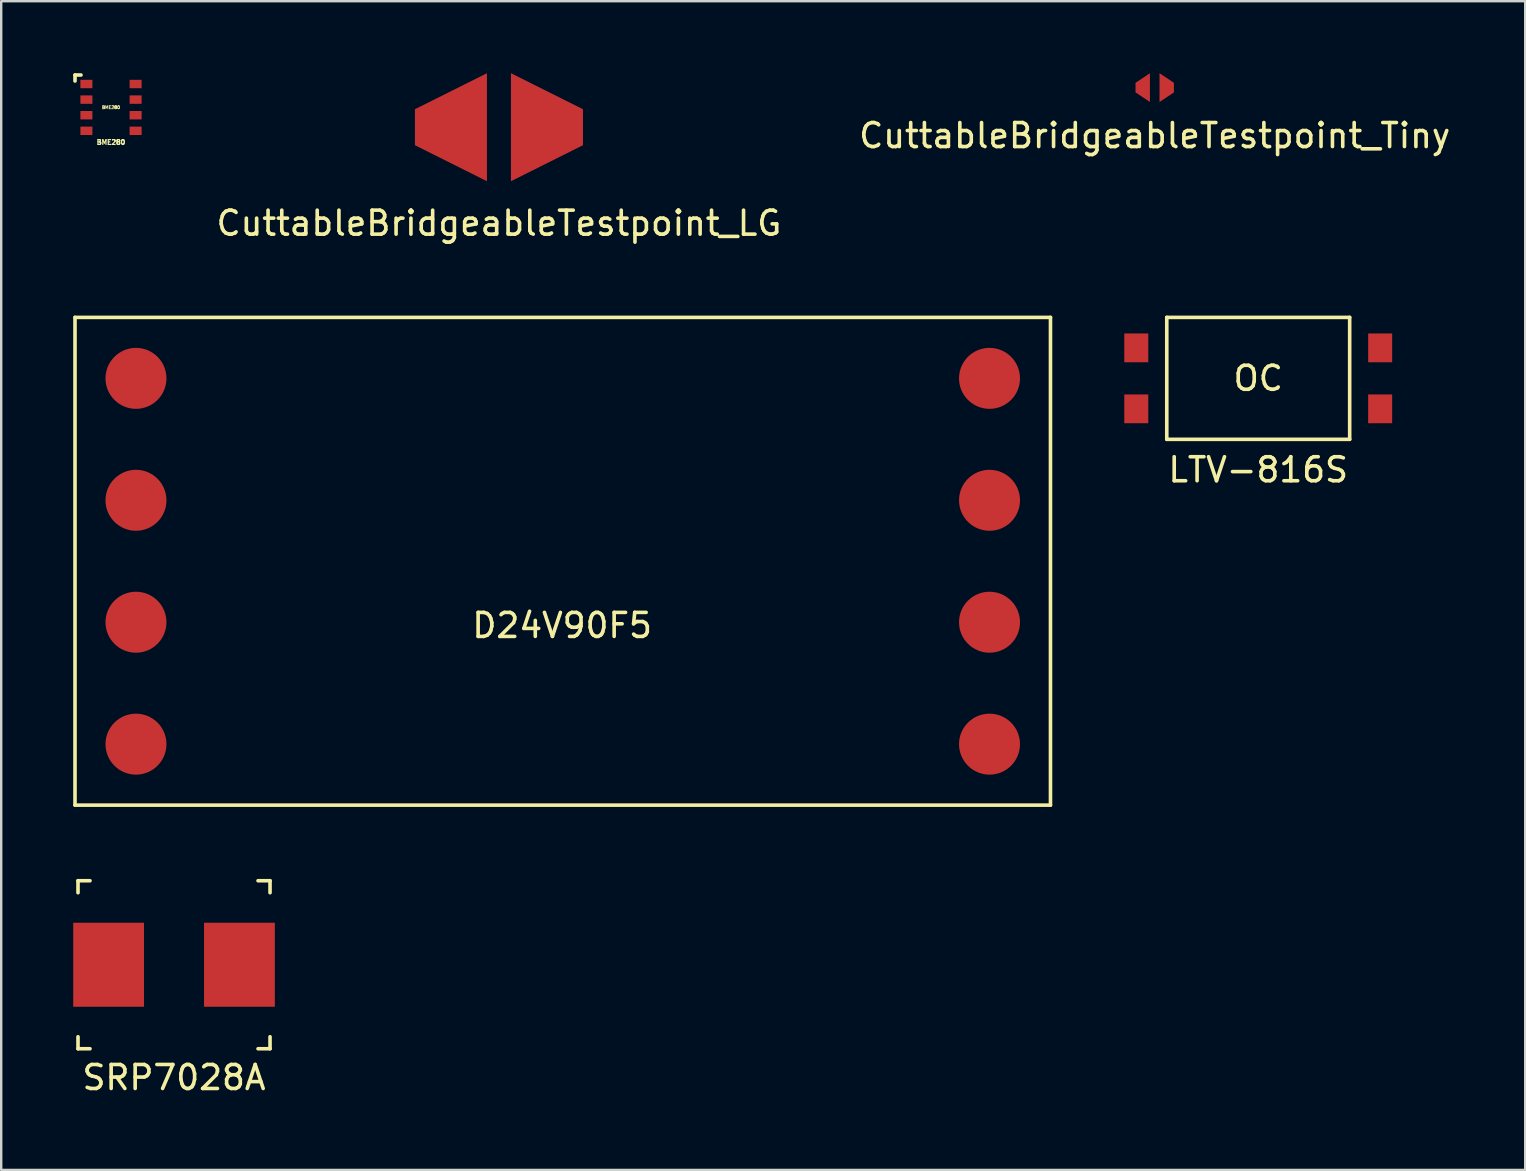
<source format=kicad_pcb>
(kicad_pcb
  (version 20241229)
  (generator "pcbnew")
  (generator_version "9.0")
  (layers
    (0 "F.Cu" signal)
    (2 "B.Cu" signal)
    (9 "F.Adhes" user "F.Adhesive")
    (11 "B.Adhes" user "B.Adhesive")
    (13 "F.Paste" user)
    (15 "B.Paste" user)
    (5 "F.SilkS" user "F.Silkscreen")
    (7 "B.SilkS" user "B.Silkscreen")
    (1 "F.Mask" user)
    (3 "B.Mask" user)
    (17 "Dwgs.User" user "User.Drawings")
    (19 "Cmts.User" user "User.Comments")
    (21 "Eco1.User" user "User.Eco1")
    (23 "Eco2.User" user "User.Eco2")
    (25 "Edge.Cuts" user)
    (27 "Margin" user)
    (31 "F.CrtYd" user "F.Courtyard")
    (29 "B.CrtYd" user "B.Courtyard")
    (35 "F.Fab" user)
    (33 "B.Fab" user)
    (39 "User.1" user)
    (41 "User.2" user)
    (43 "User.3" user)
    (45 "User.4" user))
  (footprint "LTV-816S"
    (layer "F.Cu")
    (at 49.37 12.713)
    (property "Reference" "LTV-816S" (at 0 3.81 0) (layer "F.SilkS") (effects (font (size 1 1) (thickness 0.15))))
    (attr through_hole)
    (fp_line (start -3.81 -2.54) (end -3.81 2.54) (stroke (width 0.15) (type solid)) (layer "F.SilkS"))
    (fp_line (start -3.81 2.54) (end 3.81 2.54) (stroke (width 0.15) (type solid)) (layer "F.SilkS"))
    (fp_line (start 3.81 -2.54) (end -3.81 -2.54) (stroke (width 0.15) (type solid)) (layer "F.SilkS"))
    (fp_line (start 3.81 2.54) (end 3.81 -2.54) (stroke (width 0.15) (type solid)) (layer "F.SilkS"))
    (fp_text user "OC" (at 0 0 0) (layer "F.SilkS") (effects (font (size 1 1) (thickness 0.15))))
    (pad "1" smd rect (at -5.08 -1.27) (size 1 1.2) (layers "F.Cu" "F.Mask" "F.Paste"))
    (pad "2" smd rect (at -5.08 1.27) (size 1 1.2) (layers "F.Cu" "F.Mask" "F.Paste"))
    (pad "3" smd rect (at 5.08 1.27) (size 1 1.2) (layers "F.Cu" "F.Mask" "F.Paste"))
    (pad "4" smd rect (at 5.08 -1.27) (size 1 1.2) (layers "F.Cu" "F.Mask" "F.Paste")))
  (footprint "CuttableBridgeableTestpoint_Tiny"
    (layer "F.Cu")
    (at 45.058 0.6)
    (property "Reference" "CuttableBridgeableTestpoint_Tiny" (at 0 2 0) (layer "F.SilkS") (effects (font (size 1 1) (thickness 0.15))))
    (attr through_hole)
    (pad "1" smd trapezoid (at -0.5 0 180) (size 0.6 0.8) (rect_delta 0.4 0) (layers "F.Cu" "F.Mask" "F.Paste"))
    (pad "2" smd trapezoid (at 0.5 0) (size 0.6 0.8) (rect_delta 0.4 0) (layers "F.Cu" "F.Mask" "F.Paste")))
  (footprint "CuttableBridgeableTestpoint_LG"
    (layer "F.Cu")
    (at 17.737 2.25)
    (property "Reference" "CuttableBridgeableTestpoint_LG" (at 0 4 0) (layer "F.SilkS") (effects (font (size 1 1) (thickness 0.15))))
    (attr through_hole)
    (pad "1" smd trapezoid (at -2 0 180) (size 3 3) (rect_delta 1.5 0) (layers "F.Cu" "F.Mask" "F.Paste"))
    (pad "2" smd trapezoid (at 2 0) (size 3 3) (rect_delta 1.5 0) (layers "F.Cu" "F.Mask" "F.Paste")))
  (footprint "D24V90F5"
    (layer "F.Cu")
    (at 20.395 20.333)
    (property "Reference" "D24V90F5" (at -0.025 2.675 0) (layer "F.SilkS") (effects (font (size 1 1) (thickness 0.15))))
    (attr through_hole)
    (fp_line (start -20.32 -10.16) (end -20.32 10.16) (stroke (width 0.15) (type solid)) (layer "F.SilkS"))
    (fp_line (start -20.32 10.16) (end 20.32 10.16) (stroke (width 0.15) (type solid)) (layer "F.SilkS"))
    (fp_line (start 20.32 -10.16) (end -20.32 -10.16) (stroke (width 0.15) (type solid)) (layer "F.SilkS"))
    (fp_line (start 20.32 10.16) (end 20.32 -10.16) (stroke (width 0.15) (type solid)) (layer "F.SilkS"))
    (pad "1" smd circle (at -17.78 -7.62) (size 2.54 2.54) (layers "F.Cu" "F.Mask" "F.Paste"))
    (pad "2" smd circle (at -17.78 -2.54) (size 2.54 2.54) (layers "F.Cu" "F.Mask" "F.Paste"))
    (pad "3" smd circle (at -17.78 2.54) (size 2.54 2.54) (layers "F.Cu" "F.Mask" "F.Paste"))
    (pad "4" smd circle (at -17.78 7.62) (size 2.54 2.54) (layers "F.Cu" "F.Mask" "F.Paste"))
    (pad "5" smd circle (at 17.78 -7.62) (size 2.54 2.54) (layers "F.Cu" "F.Mask" "F.Paste"))
    (pad "6" smd circle (at 17.78 -2.54) (size 2.54 2.54) (layers "F.Cu" "F.Mask" "F.Paste"))
    (pad "7" smd circle (at 17.78 2.54) (size 2.54 2.54) (layers "F.Cu" "F.Mask" "F.Paste"))
    (pad "8" smd circle (at 17.78 7.62) (size 2.54 2.54) (layers "F.Cu" "F.Mask" "F.Paste")))
  (footprint "BME280"
    (layer "F.Cu")
    (at 1.575 1.425)
    (property "Reference" "BME280" (at 0 1.45 0) (layer "F.SilkS") (effects (font (size 0.2 0.2) (thickness 0.05))))
    (attr through_hole)
    (fp_line (start -1.5 -1.35) (end -1.5 -1.1) (stroke (width 0.15) (type solid)) (layer "F.SilkS"))
    (fp_line (start -1.5 -1.35) (end -1.25 -1.35) (stroke (width 0.15) (type solid)) (layer "F.SilkS"))
    (fp_text user "BME280" (at 0 0 0) (layer "F.SilkS") (effects (font (size 0.127 0.127) (thickness 0.032))))
    (pad "1" smd rect (at 1.025 -0.975) (size 0.5 0.35) (layers "F.Cu" "F.Mask" "F.Paste"))
    (pad "2" smd rect (at 1.025 -0.325) (size 0.5 0.35) (layers "F.Cu" "F.Mask" "F.Paste"))
    (pad "3" smd rect (at 1.025 0.325) (size 0.5 0.35) (layers "F.Cu" "F.Mask" "F.Paste"))
    (pad "4" smd rect (at 1.025 0.975) (size 0.5 0.35) (layers "F.Cu" "F.Mask" "F.Paste"))
    (pad "5" smd rect (at -1.025 0.975) (size 0.5 0.35) (layers "F.Cu" "F.Mask" "F.Paste"))
    (pad "6" smd rect (at -1.025 0.325) (size 0.5 0.35) (layers "F.Cu" "F.Mask" "F.Paste"))
    (pad "7" smd rect (at -1.025 -0.325) (size 0.5 0.35) (layers "F.Cu" "F.Mask" "F.Paste"))
    (pad "8" smd rect (at -1.025 -0.975) (size 0.5 0.35) (layers "F.Cu" "F.Mask" "F.Paste")))
  (footprint "SRP7028A"
    (layer "F.Cu")
    (at 4.2 37.143)
    (property "Reference" "SRP7028A" (at 0 4.7 0) (layer "F.SilkS") (effects (font (size 1 1) (thickness 0.15))))
    (attr through_hole)
    (fp_line (start -4 -3.5) (end -4 -3) (stroke (width 0.15) (type solid)) (layer "F.SilkS"))
    (fp_line (start -4 -3.5) (end -3.5 -3.5) (stroke (width 0.15) (type solid)) (layer "F.SilkS"))
    (fp_line (start -4 3.5) (end -4 3) (stroke (width 0.15) (type solid)) (layer "F.SilkS"))
    (fp_line (start -4 3.5) (end -3.5 3.5) (stroke (width 0.15) (type solid)) (layer "F.SilkS"))
    (fp_line (start 4 -3.5) (end 3.5 -3.5) (stroke (width 0.15) (type solid)) (layer "F.SilkS"))
    (fp_line (start 4 -3.5) (end 4 -3) (stroke (width 0.15) (type solid)) (layer "F.SilkS"))
    (fp_line (start 4 3.5) (end 3.5 3.5) (stroke (width 0.15) (type solid)) (layer "F.SilkS"))
    (fp_line (start 4 3.5) (end 4 3) (stroke (width 0.15) (type solid)) (layer "F.SilkS"))
    (pad "1" smd rect (at -2.725 0) (size 2.95 3.5) (layers "F.Cu" "F.Mask" "F.Paste"))
    (pad "2" smd rect (at 2.725 0) (size 2.95 3.5) (layers "F.Cu" "F.Mask" "F.Paste")))
  (gr_rect
    (start -3 -3)
    (end 60.493 45.691)
    (stroke (width 0.1) (type default))
    (fill no)
    (layer "Edge.Cuts")))
</source>
